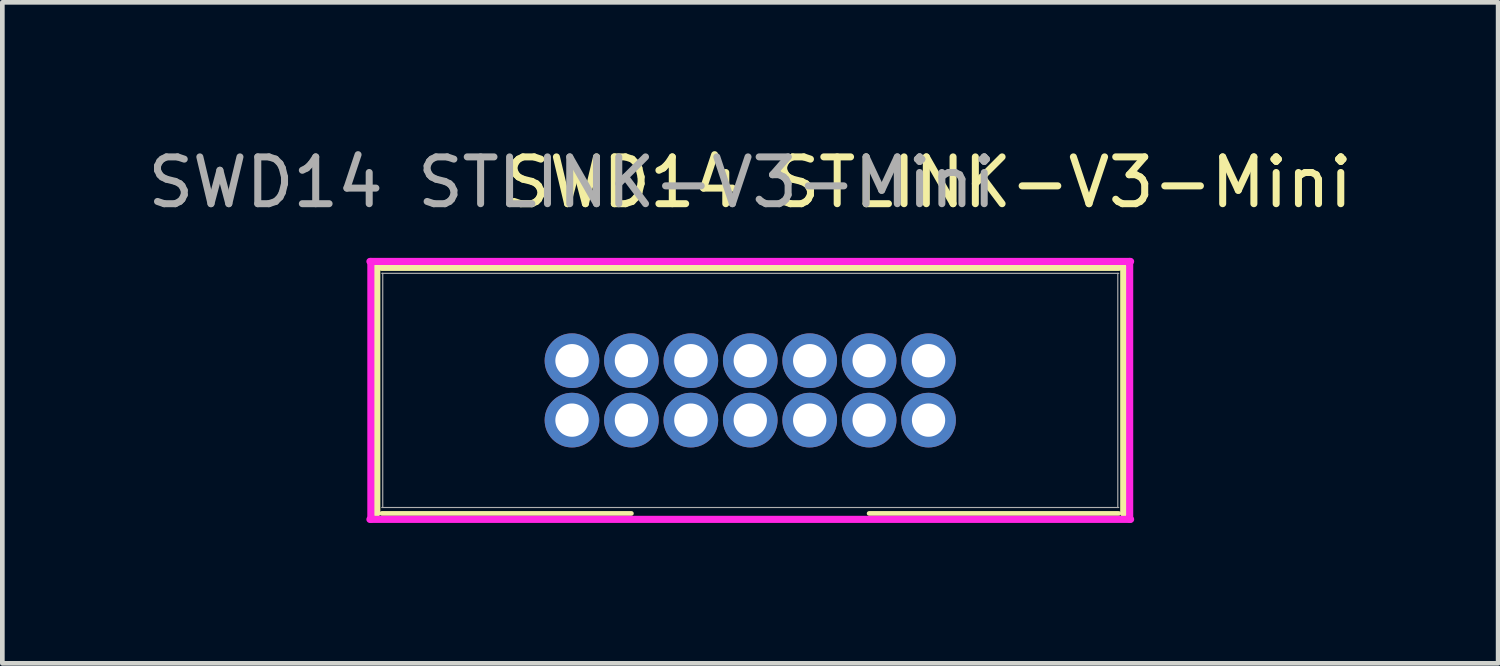
<source format=kicad_pcb>
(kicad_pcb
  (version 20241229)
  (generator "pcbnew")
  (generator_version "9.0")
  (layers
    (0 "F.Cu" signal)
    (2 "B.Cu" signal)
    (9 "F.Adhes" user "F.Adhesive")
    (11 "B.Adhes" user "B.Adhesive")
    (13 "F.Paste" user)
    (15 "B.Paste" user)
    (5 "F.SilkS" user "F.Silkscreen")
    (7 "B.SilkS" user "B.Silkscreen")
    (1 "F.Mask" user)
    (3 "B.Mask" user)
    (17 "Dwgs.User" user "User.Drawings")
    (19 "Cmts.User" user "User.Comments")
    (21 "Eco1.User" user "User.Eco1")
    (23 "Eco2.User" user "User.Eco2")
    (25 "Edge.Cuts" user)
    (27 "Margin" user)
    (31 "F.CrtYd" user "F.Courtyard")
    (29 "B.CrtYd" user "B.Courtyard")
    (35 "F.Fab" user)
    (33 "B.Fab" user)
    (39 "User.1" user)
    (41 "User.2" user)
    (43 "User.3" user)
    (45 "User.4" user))
  (footprint "SWD14 STLINK-V3-Mini"
    (layer "F.Cu")
    (at 9.173 5.928)
    (property "Reference" "SWD14 STLINK-V3-Mini" (at 7.62 -5.08 0) (unlocked yes) (layer "F.SilkS") (effects (font (size 1 1) (thickness 0.15))))
    (attr through_hole)
    (fp_line (start -4.171 -3.264) (end -4.171 1.994) (stroke (width 0.152) (type solid)) (layer "F.SilkS"))
    (fp_line (start -4.064 1.994) (end 1.27 1.994) (stroke (width 0.1) (type default)) (layer "F.SilkS"))
    (fp_line (start 11.684 -3.264) (end -4.064 -3.264) (stroke (width 0.152) (type solid)) (layer "F.SilkS"))
    (fp_line (start 11.684 1.994) (end 6.35 1.994) (stroke (width 0.1) (type default)) (layer "F.SilkS"))
    (fp_line (start 11.791 1.994) (end 11.791 -3.264) (stroke (width 0.152) (type solid)) (layer "F.SilkS"))
    (fp_line (start -4.318 2.121) (end 11.938 2.121) (stroke (width 0.152) (type solid)) (layer "F.CrtYd"))
    (fp_line (start -4.298 -3.391) (end -4.298 2.121) (stroke (width 0.152) (type solid)) (layer "F.CrtYd"))
    (fp_line (start 11.918 2.121) (end 11.918 -3.391) (stroke (width 0.152) (type solid)) (layer "F.CrtYd"))
    (fp_line (start 11.938 -3.391) (end -4.318 -3.391) (stroke (width 0.152) (type solid)) (layer "F.CrtYd"))
    (fp_line (start -4.064 1.867) (end 11.684 1.867) (stroke (width 0.025) (type solid)) (layer "F.Fab"))
    (fp_line (start -4.044 -3.137) (end -4.044 1.867) (stroke (width 0.025) (type solid)) (layer "F.Fab"))
    (fp_line (start 11.664 1.867) (end 11.664 -3.137) (stroke (width 0.025) (type solid)) (layer "F.Fab"))
    (fp_line (start 11.684 -3.137) (end -4.064 -3.137) (stroke (width 0.025) (type solid)) (layer "F.Fab"))
    (fp_text user "${REFERENCE}" (at 0 -5.08 0) (unlocked yes) (layer "F.Fab") (effects (font (size 1 1) (thickness 0.15))))
    (pad "1" thru_hole circle (at 0 0) (size 1.168 1.168) (drill 0.711) (layers "*.Cu" "*.Mask"))
    (pad "2" thru_hole circle (at 0 -1.27) (size 1.168 1.168) (drill 0.711) (layers "*.Cu" "*.Mask"))
    (pad "3" thru_hole circle (at 1.27 0) (size 1.168 1.168) (drill 0.711) (layers "*.Cu" "*.Mask"))
    (pad "4" thru_hole circle (at 1.27 -1.27) (size 1.168 1.168) (drill 0.711) (layers "*.Cu" "*.Mask"))
    (pad "5" thru_hole circle (at 2.54 0) (size 1.168 1.168) (drill 0.711) (layers "*.Cu" "*.Mask"))
    (pad "6" thru_hole circle (at 2.54 -1.27) (size 1.168 1.168) (drill 0.711) (layers "*.Cu" "*.Mask"))
    (pad "7" thru_hole circle (at 3.81 0) (size 1.168 1.168) (drill 0.711) (layers "*.Cu" "*.Mask"))
    (pad "8" thru_hole circle (at 3.81 -1.27) (size 1.168 1.168) (drill 0.711) (layers "*.Cu" "*.Mask"))
    (pad "9" thru_hole circle (at 5.08 0) (size 1.168 1.168) (drill 0.711) (layers "*.Cu" "*.Mask"))
    (pad "10" thru_hole circle (at 5.08 -1.27) (size 1.168 1.168) (drill 0.711) (layers "*.Cu" "*.Mask"))
    (pad "11" thru_hole circle (at 6.35 0) (size 1.168 1.168) (drill 0.711) (layers "*.Cu" "*.Mask"))
    (pad "12" thru_hole circle (at 6.35 -1.27) (size 1.168 1.168) (drill 0.711) (layers "*.Cu" "*.Mask"))
    (pad "13" thru_hole circle (at 7.62 0) (size 1.168 1.168) (drill 0.711) (layers "*.Cu" "*.Mask"))
    (pad "14" thru_hole circle (at 7.62 -1.27) (size 1.168 1.168) (drill 0.711) (layers "*.Cu" "*.Mask")))
  (gr_rect
    (start -3 -3)
    (end 28.965 11.125)
    (stroke (width 0.1) (type default))
    (fill no)
    (layer "Edge.Cuts")))
</source>
